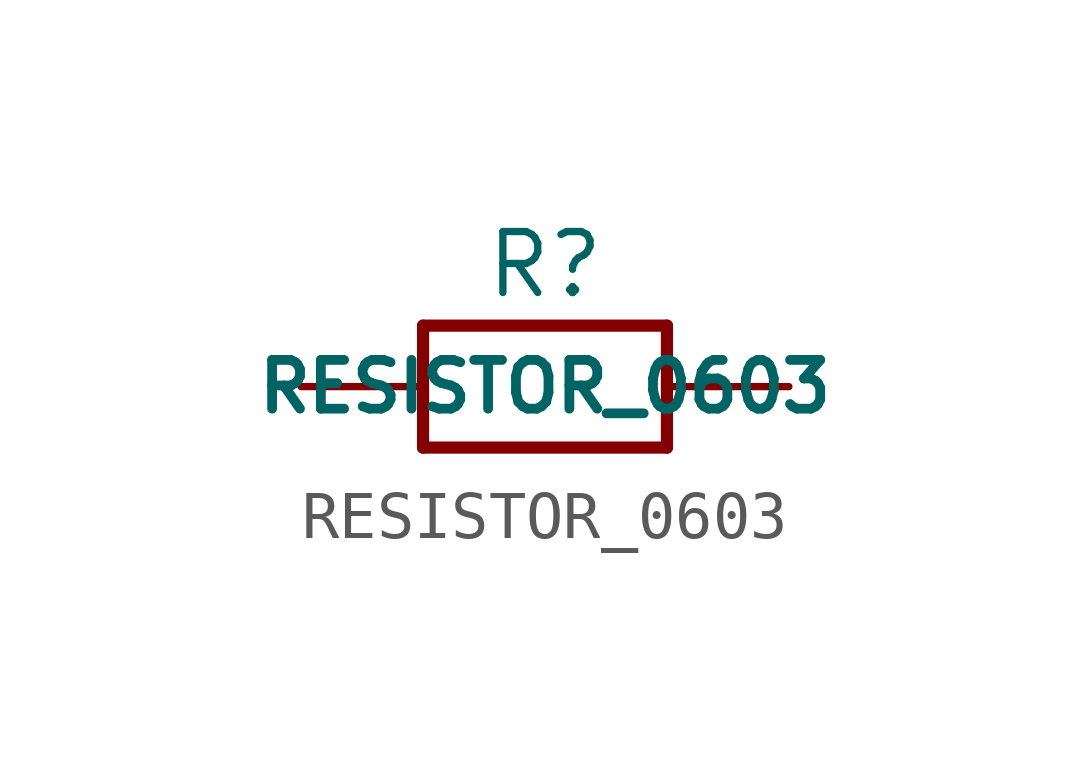
<source format=kicad_sym>
(kicad_symbol_lib
  (version 20201005)
  (generator kicad_symbol_editor)
  (symbol "RESISTOR_0603"
    (property "Reference" "R"
      (at 0 2.54 0)
      (effects (font (size 1.27 1.27))))
    (property "Value" "RESISTOR_0603"
      (at 0 0 0)
      (effects (font (size 1.016 1.016) bold)))
    (property "ki_locked" ""
      (at 0 0 0)
      (effects (font (size 1.27 1.27))))
    (symbol "RESISTOR_0603_1_0"
      (polyline (pts (xy -2.54 -1.27) (xy -2.54 1.27)) (stroke (width 0.254)) (fill (type none)))
      (polyline (pts (xy -2.54 1.27) (xy 2.54 1.27)) (stroke (width 0.254)) (fill (type none)))
      (polyline (pts (xy 2.54 -1.27) (xy -2.54 -1.27)) (stroke (width 0.254)) (fill (type none)))
      (polyline (pts (xy 2.54 1.27) (xy 2.54 -1.27)) (stroke (width 0.254)) (fill (type none)))
      (pin passive line (at -5.08 0 0) (length 2.54) (name "1" (effects (font (size 0 0)))) (number "1" (effects (font (size 0 0)))))
      (pin passive line (at 5.08 0 180) (length 2.54) (name "2" (effects (font (size 0 0)))) (number "2" (effects (font (size 0 0))))))))
</source>
